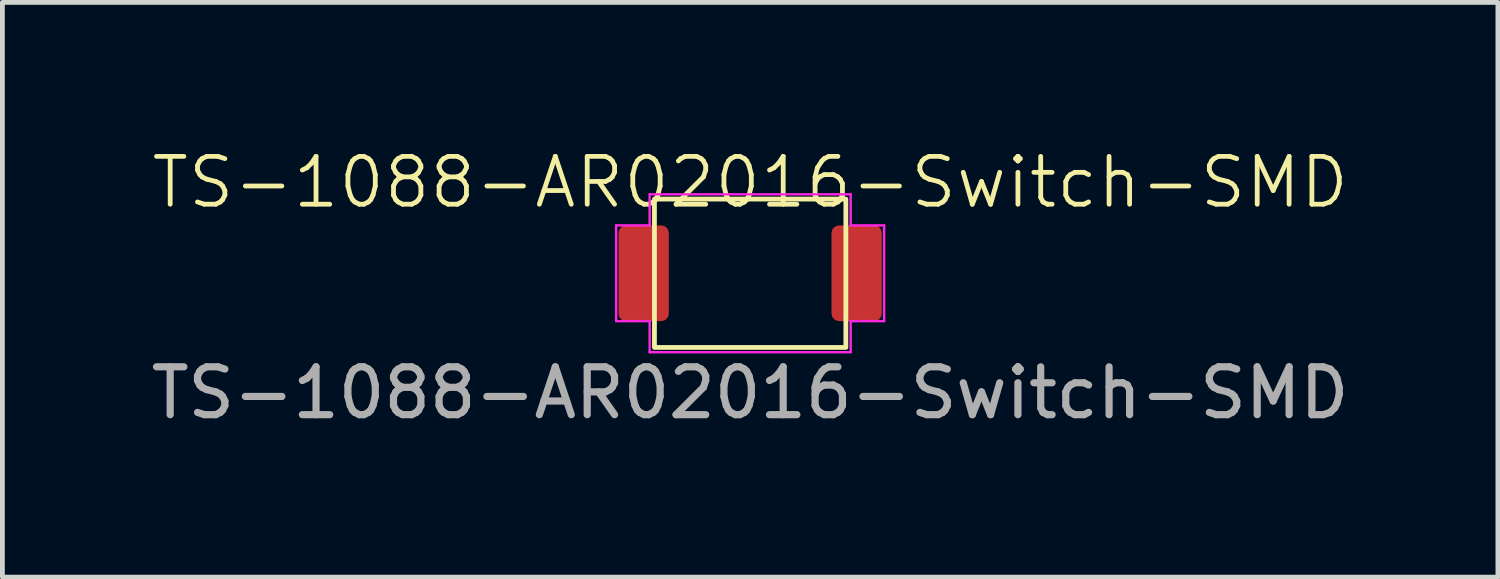
<source format=kicad_pcb>
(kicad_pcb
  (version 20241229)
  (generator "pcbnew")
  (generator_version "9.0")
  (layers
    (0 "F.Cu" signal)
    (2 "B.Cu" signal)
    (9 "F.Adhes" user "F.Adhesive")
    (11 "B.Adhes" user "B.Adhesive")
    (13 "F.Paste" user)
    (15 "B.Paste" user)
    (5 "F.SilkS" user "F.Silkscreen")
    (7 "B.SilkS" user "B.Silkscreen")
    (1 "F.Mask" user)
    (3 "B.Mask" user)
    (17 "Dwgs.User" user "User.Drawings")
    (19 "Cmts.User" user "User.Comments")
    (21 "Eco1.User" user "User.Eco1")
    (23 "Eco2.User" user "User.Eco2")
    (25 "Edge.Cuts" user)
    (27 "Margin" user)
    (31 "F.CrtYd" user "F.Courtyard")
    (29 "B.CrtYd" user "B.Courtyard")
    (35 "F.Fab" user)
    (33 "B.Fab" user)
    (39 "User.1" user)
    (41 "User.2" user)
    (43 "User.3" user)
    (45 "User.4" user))
  (footprint "TS-1088-AR02016-Switch-SMD"
    (layer "F.Cu")
    (at 12.625 2.66)
    (property "Reference" "TS-1088-AR02016-Switch-SMD" (at 0 -1.9 0) (unlocked yes) (layer "F.SilkS") (effects (font (size 1 1) (thickness 0.1))))
    (attr smd)
    (fp_rect (start -2 -1.55) (end 2 1.55) (stroke (width 0.1) (type solid)) (fill no) (layer "F.SilkS"))
    (fp_line (start -2.8 -1) (end -2.8 1) (stroke (width 0.05) (type default)) (layer "F.CrtYd"))
    (fp_line (start -2.8 1) (end -2.1 1) (stroke (width 0.05) (type default)) (layer "F.CrtYd"))
    (fp_line (start -2.1 -1.65) (end -2.1 -1) (stroke (width 0.05) (type default)) (layer "F.CrtYd"))
    (fp_line (start -2.1 -1) (end -2.8 -1) (stroke (width 0.05) (type default)) (layer "F.CrtYd"))
    (fp_line (start -2.1 1) (end -2.1 1.65) (stroke (width 0.05) (type default)) (layer "F.CrtYd"))
    (fp_line (start -2.1 1.65) (end 2.1 1.65) (stroke (width 0.05) (type default)) (layer "F.CrtYd"))
    (fp_line (start 2.1 -1.65) (end -2.1 -1.65) (stroke (width 0.05) (type default)) (layer "F.CrtYd"))
    (fp_line (start 2.1 -1) (end 2.1 -1.65) (stroke (width 0.05) (type default)) (layer "F.CrtYd"))
    (fp_line (start 2.1 1) (end 2.8 1) (stroke (width 0.05) (type default)) (layer "F.CrtYd"))
    (fp_line (start 2.1 1.65) (end 2.1 1) (stroke (width 0.05) (type default)) (layer "F.CrtYd"))
    (fp_line (start 2.8 -1) (end 2.1 -1) (stroke (width 0.05) (type default)) (layer "F.CrtYd"))
    (fp_line (start 2.8 1) (end 2.8 -1) (stroke (width 0.05) (type default)) (layer "F.CrtYd"))
    (fp_text user "${REFERENCE}" (at 0 2.5 0) (unlocked yes) (layer "F.Fab") (effects (font (size 1 1) (thickness 0.15))))
    (pad "1" smd roundrect (at -2.225 0) (size 1.05 2) (layers "F.Cu" "F.Mask" "F.Paste") (roundrect_rratio 0.15))
    (pad "2" smd roundrect (at 2.225 0) (size 1.05 2) (layers "F.Cu" "F.Mask" "F.Paste") (roundrect_rratio 0.15)))
  (gr_rect
    (start -3 -3)
    (end 28.25 9.009)
    (stroke (width 0.1) (type default))
    (fill no)
    (layer "Edge.Cuts")))
</source>
